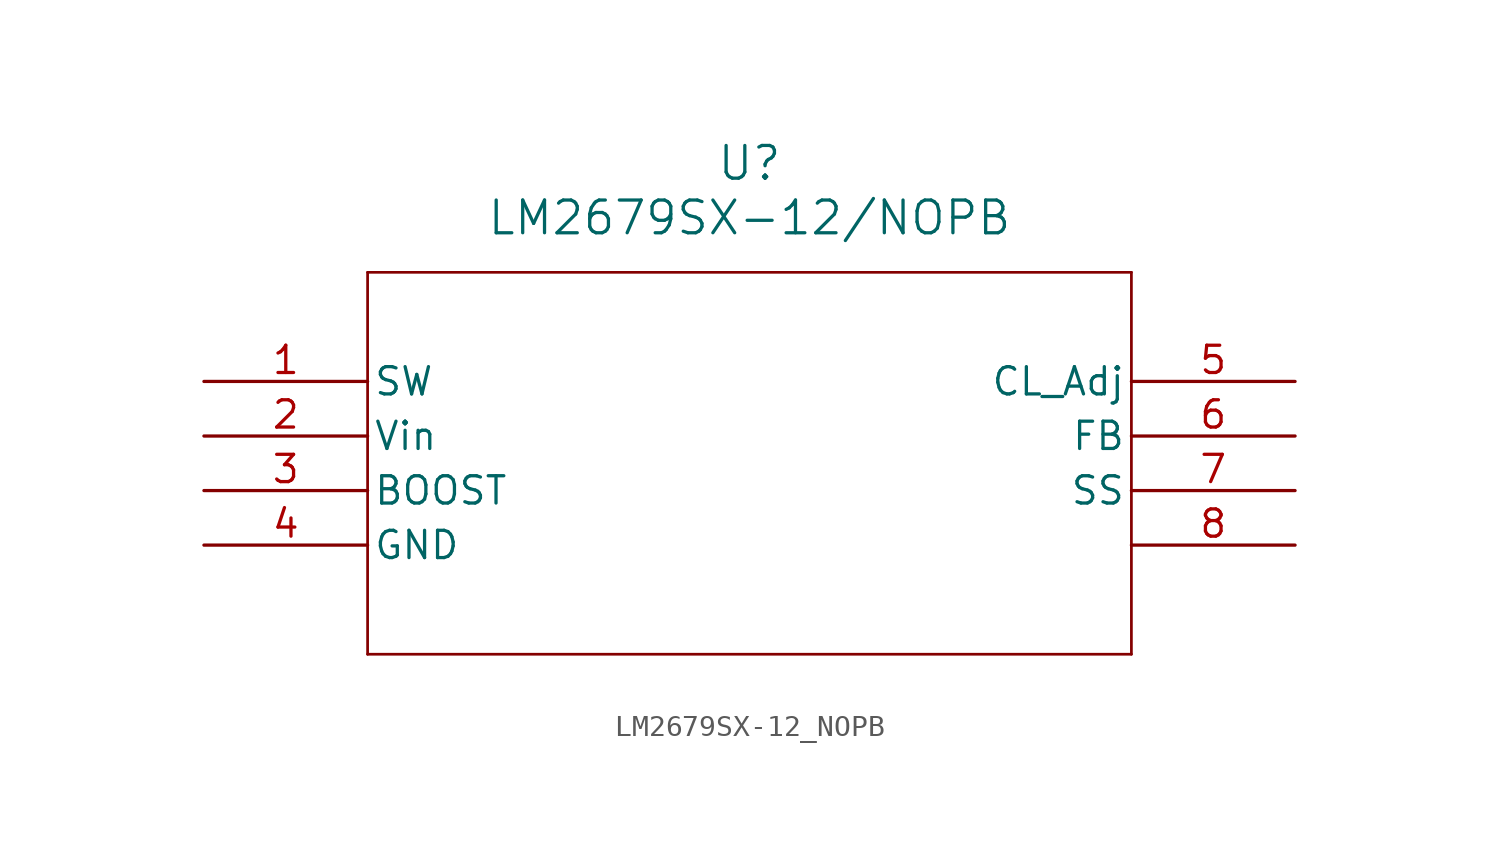
<source format=kicad_sym>
(kicad_symbol_lib
  (version 20211014)
  (generator kicad_symbol_editor)
  (symbol "LM2679SX-12_NOPB"
    (pin_names
      (offset 0.254))
    (property "Reference" "U"
      (at 25.4 10.16 0)
      (effects (font (size 1.524 1.524))))
    (property "Value" "LM2679SX-12/NOPB"
      (at 25.4 7.62 0)
      (effects (font (size 1.524 1.524))))
    (symbol "LM2679SX-12_NOPB_0_1"
      (polyline (pts (xy 7.62 5.08) (xy 7.62 -12.7)) (stroke (width 0.127) (type default) (color 0 0 0 0)) (fill (type none)))
      (polyline (pts (xy 7.62 -12.7) (xy 43.18 -12.7)) (stroke (width 0.127) (type default) (color 0 0 0 0)) (fill (type none)))
      (polyline (pts (xy 43.18 -12.7) (xy 43.18 5.08)) (stroke (width 0.127) (type default) (color 0 0 0 0)) (fill (type none)))
      (polyline (pts (xy 43.18 5.08) (xy 7.62 5.08)) (stroke (width 0.127) (type default) (color 0 0 0 0)) (fill (type none)))
      (pin output line (at 0 0 0) (length 7.62) (name "SW" (effects (font (size 1.27 1.27)))) (number "1" (effects (font (size 1.27 1.27)))))
      (pin input line (at 0 -2.54 0) (length 7.62) (name "Vin" (effects (font (size 1.27 1.27)))) (number "2" (effects (font (size 1.27 1.27)))))
      (pin passive line (at 0 -5.08 0) (length 7.62) (name "BOOST" (effects (font (size 1.27 1.27)))) (number "3" (effects (font (size 1.27 1.27)))))
      (pin passive line (at 0 -7.62 0) (length 7.62) (name "GND" (effects (font (size 1.27 1.27)))) (number "4" (effects (font (size 1.27 1.27)))))
      (pin passive line (at 50.8 0 180) (length 7.62) (name "CL_Adj" (effects (font (size 1.27 1.27)))) (number "5" (effects (font (size 1.27 1.27)))))
      (pin passive line (at 50.8 -2.54 180) (length 7.62) (name "FB" (effects (font (size 1.27 1.27)))) (number "6" (effects (font (size 1.27 1.27)))))
      (pin passive line (at 50.8 -5.08 180) (length 7.62) (name "SS" (effects (font (size 1.27 1.27)))) (number "7" (effects (font (size 1.27 1.27)))))
      (pin unspecified line (at 50.8 -7.62 180) (length 7.62) (name "" (effects (font (size 1.27 1.27)))) (number "8" (effects (font (size 1.27 1.27))))))))
</source>
